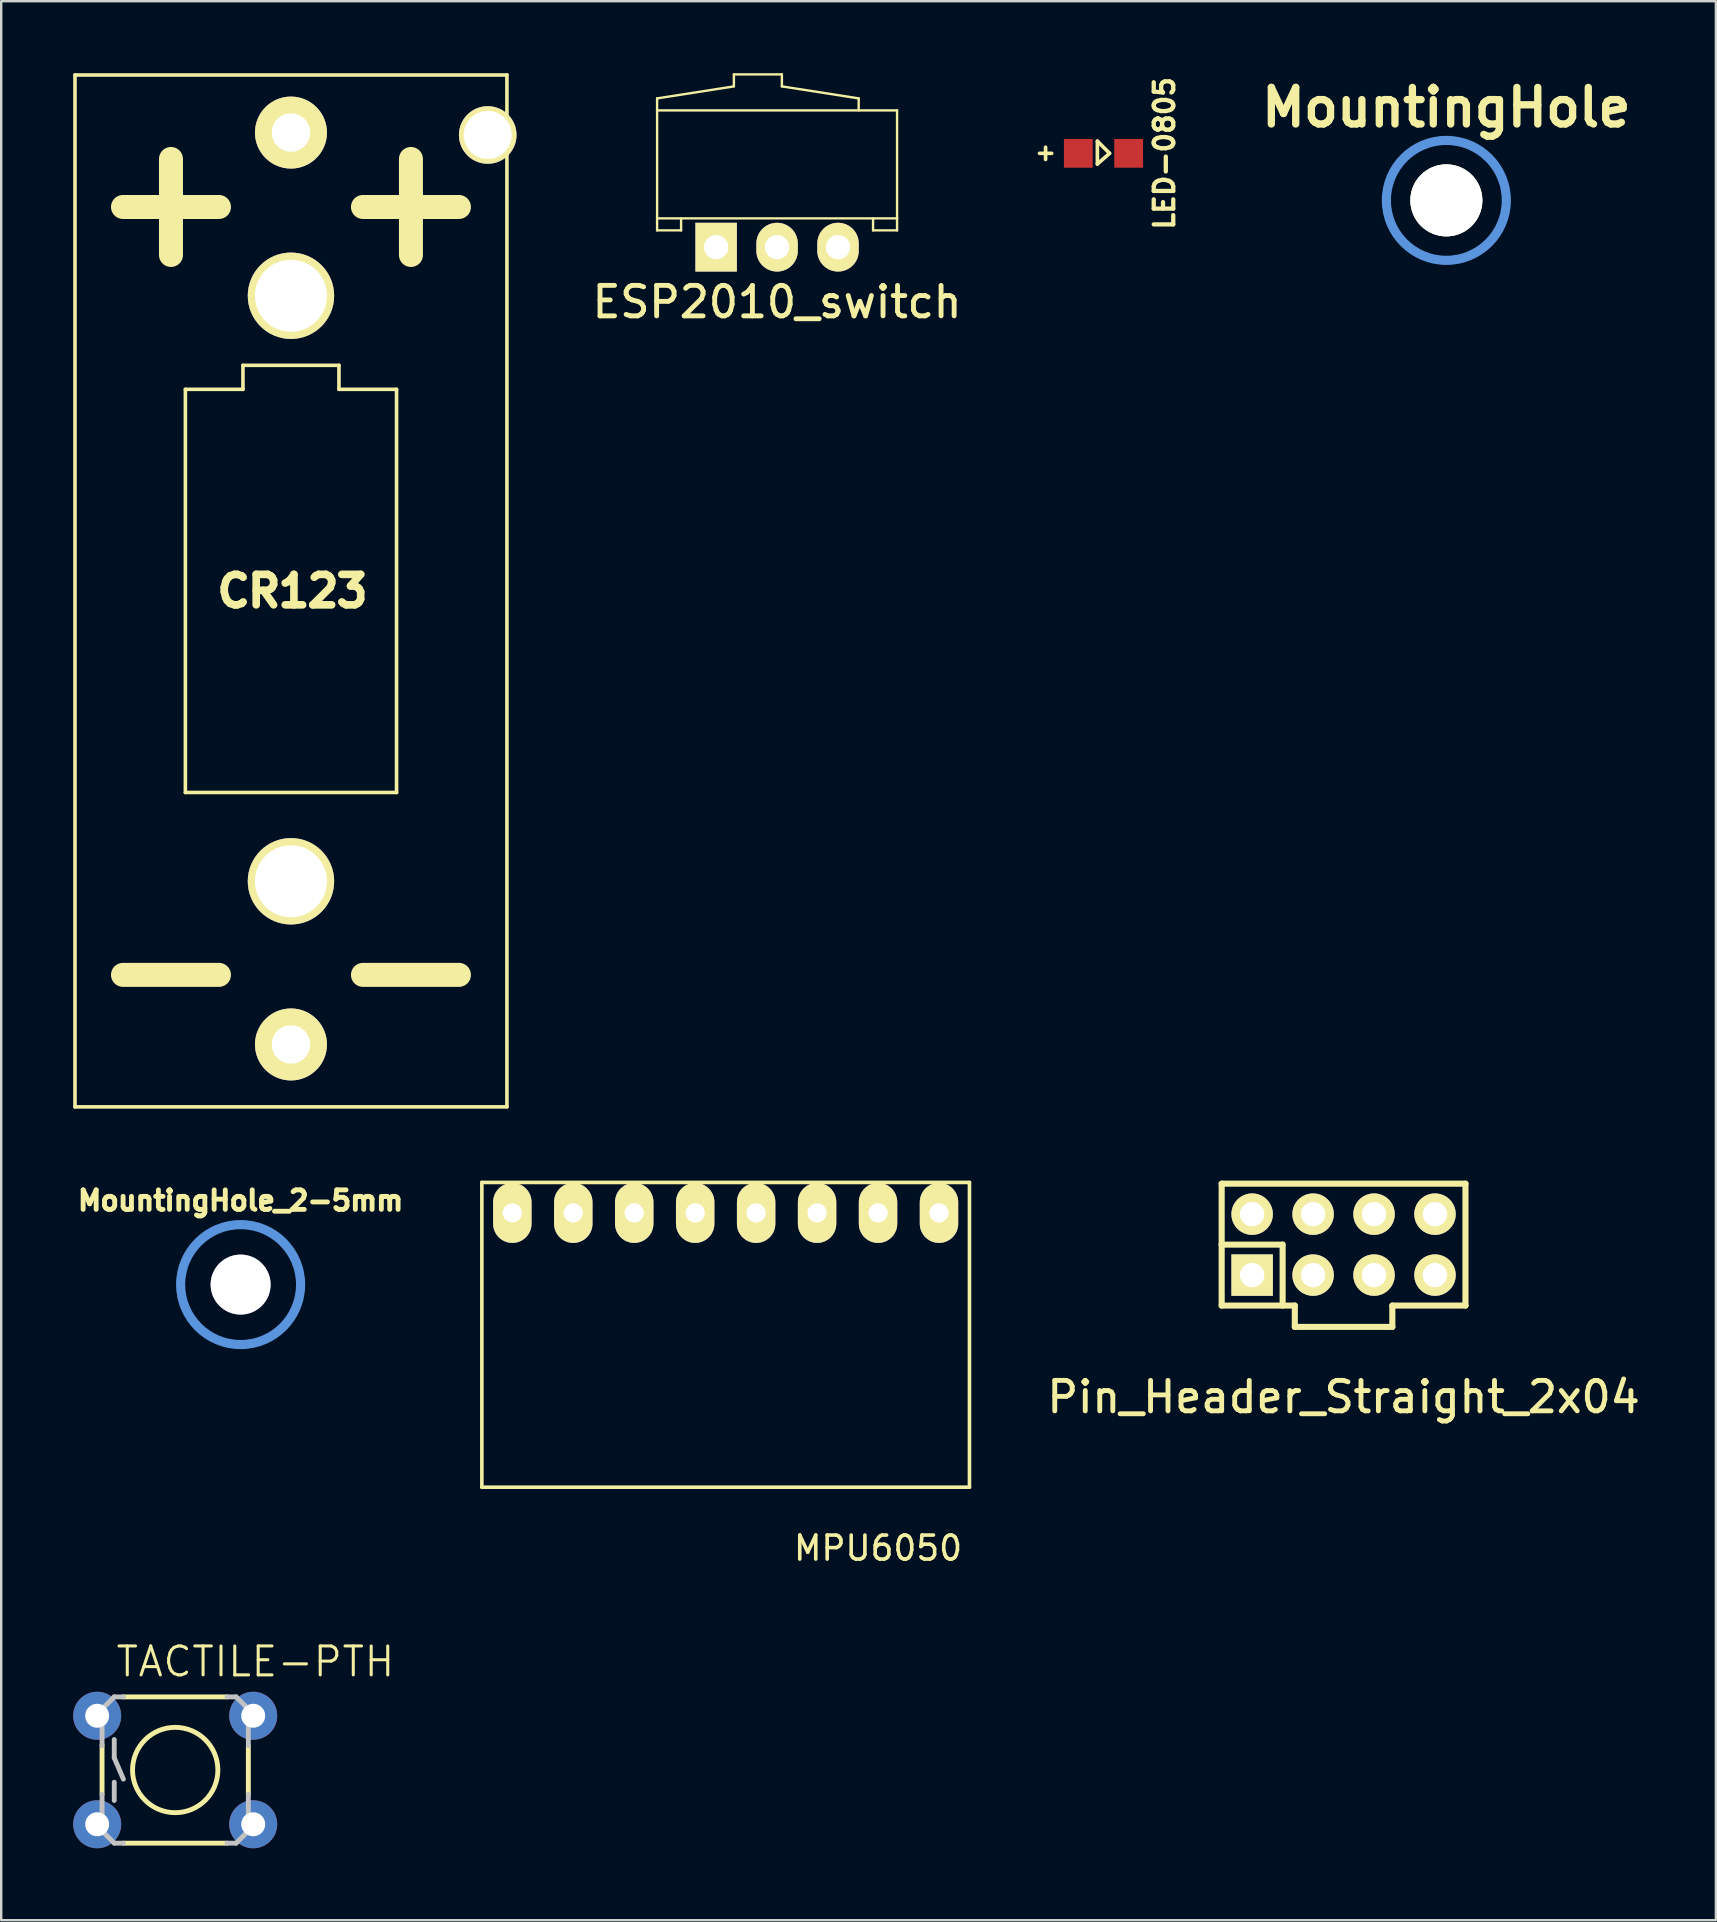
<source format=kicad_pcb>
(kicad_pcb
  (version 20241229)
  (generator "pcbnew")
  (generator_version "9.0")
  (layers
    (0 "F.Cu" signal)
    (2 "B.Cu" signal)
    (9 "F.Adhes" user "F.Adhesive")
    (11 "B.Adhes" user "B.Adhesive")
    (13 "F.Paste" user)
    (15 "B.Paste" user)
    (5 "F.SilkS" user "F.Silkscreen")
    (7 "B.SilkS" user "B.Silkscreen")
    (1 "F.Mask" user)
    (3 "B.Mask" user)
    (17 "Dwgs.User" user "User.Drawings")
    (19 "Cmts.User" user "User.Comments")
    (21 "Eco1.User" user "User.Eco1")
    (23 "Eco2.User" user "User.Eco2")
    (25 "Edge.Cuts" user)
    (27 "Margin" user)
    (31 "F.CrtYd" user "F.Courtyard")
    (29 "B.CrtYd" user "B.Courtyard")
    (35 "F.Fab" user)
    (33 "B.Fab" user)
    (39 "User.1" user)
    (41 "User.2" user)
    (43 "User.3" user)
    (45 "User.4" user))
  (footprint "Pin_Header_Straight_2x04"
    (layer "F.Cu")
    (at 52.94 48.817)
    (property "Reference" "Pin_Header_Straight_2x04" (at 0 6.35 0) (layer "F.SilkS") (effects (font (size 1.27 1.27) (thickness 0.203))))
    (attr through_hole)
    (fp_line (start -5.08 -2.54) (end -5.08 0) (stroke (width 0.254) (type solid)) (layer "F.SilkS"))
    (fp_line (start -5.08 0) (end -2.54 0) (stroke (width 0.254) (type solid)) (layer "F.SilkS"))
    (fp_line (start -5.08 2.54) (end -5.08 0) (stroke (width 0.254) (type solid)) (layer "F.SilkS"))
    (fp_line (start -5.08 2.54) (end -2.032 2.54) (stroke (width 0.254) (type solid)) (layer "F.SilkS"))
    (fp_line (start -2.54 0) (end -2.54 2.54) (stroke (width 0.254) (type solid)) (layer "F.SilkS"))
    (fp_line (start -2.032 2.54) (end -2.032 3.429) (stroke (width 0.254) (type solid)) (layer "F.SilkS"))
    (fp_line (start -2.032 3.429) (end 2.032 3.429) (stroke (width 0.254) (type solid)) (layer "F.SilkS"))
    (fp_line (start 2.032 2.54) (end 5.08 2.54) (stroke (width 0.254) (type solid)) (layer "F.SilkS"))
    (fp_line (start 2.032 3.429) (end 2.032 2.54) (stroke (width 0.254) (type solid)) (layer "F.SilkS"))
    (fp_line (start 5.08 -2.54) (end -5.08 -2.54) (stroke (width 0.254) (type solid)) (layer "F.SilkS"))
    (fp_line (start 5.08 2.54) (end 5.08 -2.54) (stroke (width 0.254) (type solid)) (layer "F.SilkS"))
    (pad "1" thru_hole rect (at -3.81 1.27) (size 1.727 1.727) (drill 1.016) (layers "*.Cu" "*.Mask" "F.SilkS"))
    (pad "2" thru_hole oval (at -3.81 -1.27) (size 1.727 1.727) (drill 1.016) (layers "*.Cu" "*.Mask" "F.SilkS"))
    (pad "3" thru_hole oval (at -1.27 1.27) (size 1.727 1.727) (drill 1.016) (layers "*.Cu" "*.Mask" "F.SilkS"))
    (pad "4" thru_hole oval (at -1.27 -1.27) (size 1.727 1.727) (drill 1.016) (layers "*.Cu" "*.Mask" "F.SilkS"))
    (pad "5" thru_hole oval (at 1.27 1.27) (size 1.727 1.727) (drill 1.016) (layers "*.Cu" "*.Mask" "F.SilkS"))
    (pad "6" thru_hole oval (at 1.27 -1.27) (size 1.727 1.727) (drill 1.016) (layers "*.Cu" "*.Mask" "F.SilkS"))
    (pad "7" thru_hole oval (at 3.81 1.27) (size 1.727 1.727) (drill 1.016) (layers "*.Cu" "*.Mask" "F.SilkS"))
    (pad "8" thru_hole oval (at 3.81 -1.27) (size 1.727 1.727) (drill 1.016) (layers "*.Cu" "*.Mask" "F.SilkS")))
  (footprint "MountingHole"
    (layer "F.Cu")
    (at 57.223 5.3)
    (property "Reference" "MountingHole" (at 0 -3.873 0) (layer "F.SilkS") (effects (font (size 1.524 1.524) (thickness 0.305))))
    (attr through_hole)
    (fp_circle (center 0 0) (end 2.499 0) (stroke (width 0.381) (type solid)) (fill no) (layer "Cmts.User"))
    (pad "1" thru_hole circle (at 0 0) (size 3 3) (drill 3) (layers "*.Cu" "*.Mask" "F.SilkS")))
  (footprint "MountingHole_2-5mm"
    (layer "F.Cu")
    (at 6.977 50.482)
    (property "Reference" "MountingHole_2-5mm" (at 0 -3.5 0) (layer "F.SilkS") (effects (font (size 0.813 0.813) (thickness 0.203))))
    (attr through_hole)
    (fp_circle (center 0 0) (end 2.499 0) (stroke (width 0.381) (type solid)) (fill no) (layer "Cmts.User"))
    (pad "" thru_hole circle (at 0 0) (size 2.499 2.499) (drill 2.499) (layers)))
  (footprint "LED-0805"
    (layer "F.Cu")
    (at 42.935 3.34)
    (property "Reference" "LED-0805" (at 2.54 0 90) (layer "F.SilkS") (effects (font (size 0.813 0.813) (thickness 0.178))))
    (attr smd)
    (fp_line (start -2.413 -0.254) (end -2.413 0.254) (stroke (width 0.152) (type solid)) (layer "F.SilkS"))
    (fp_line (start -2.159 0) (end -2.667 0) (stroke (width 0.152) (type solid)) (layer "F.SilkS"))
    (fp_line (start -0.254 -0.508) (end -0.254 0.445) (stroke (width 0.152) (type solid)) (layer "F.SilkS"))
    (fp_line (start -0.254 0.445) (end 0.254 0) (stroke (width 0.152) (type solid)) (layer "F.SilkS"))
    (fp_line (start 0.254 0) (end -0.254 -0.508) (stroke (width 0.152) (type solid)) (layer "F.SilkS"))
    (pad "1" smd rect (at -1.049 0) (size 1.199 1.199) (layers "F.Cu" "F.Mask" "F.Paste"))
    (pad "2" smd rect (at 1.049 0) (size 1.199 1.199) (layers "F.Cu" "F.Mask" "F.Paste")))
  (footprint "TACTILE-PTH"
    (layer "F.Cu")
    (at 4.251 70.711)
    (property "Reference" "TACTILE-PTH" (at -2.54 -3.81 0) (layer "F.SilkS") (effects (font (size 1.206 1.206) (thickness 0.127)) (justify left bottom)))
    (attr through_hole)
    (fp_line (start -3.048 -1.028) (end -3.048 1.016) (stroke (width 0.203) (type solid)) (layer "F.SilkS"))
    (fp_line (start -2.159 3.048) (end 2.159 3.048) (stroke (width 0.203) (type solid)) (layer "F.SilkS"))
    (fp_line (start 2.159 -3.048) (end -2.159 -3.048) (stroke (width 0.203) (type solid)) (layer "F.SilkS"))
    (fp_line (start 3.048 -0.998) (end 3.048 1.016) (stroke (width 0.203) (type solid)) (layer "F.SilkS"))
    (fp_circle (center 0 0) (end 1.778 0) (stroke (width 0.203) (type solid)) (fill no) (layer "F.SilkS"))
    (fp_line (start -3.048 -2.54) (end -3.048 -1.016) (stroke (width 0.203) (type solid)) (layer "Dwgs.User"))
    (fp_line (start -3.048 2.54) (end -3.048 1.016) (stroke (width 0.203) (type solid)) (layer "Dwgs.User"))
    (fp_line (start -2.54 -3.048) (end -3.048 -2.54) (stroke (width 0.203) (type solid)) (layer "Dwgs.User"))
    (fp_line (start -2.54 -3.048) (end -2.159 -3.048) (stroke (width 0.203) (type solid)) (layer "Dwgs.User"))
    (fp_line (start -2.54 -1.27) (end -2.54 -0.508) (stroke (width 0.203) (type solid)) (layer "Dwgs.User"))
    (fp_line (start -2.54 -0.508) (end -2.159 0.381) (stroke (width 0.203) (type solid)) (layer "Dwgs.User"))
    (fp_line (start -2.54 0.508) (end -2.54 1.27) (stroke (width 0.203) (type solid)) (layer "Dwgs.User"))
    (fp_line (start -2.54 3.048) (end -3.048 2.54) (stroke (width 0.203) (type solid)) (layer "Dwgs.User"))
    (fp_line (start -2.54 3.048) (end -2.159 3.048) (stroke (width 0.203) (type solid)) (layer "Dwgs.User"))
    (fp_line (start 2.54 -3.048) (end 2.159 -3.048) (stroke (width 0.203) (type solid)) (layer "Dwgs.User"))
    (fp_line (start 2.54 3.048) (end 2.159 3.048) (stroke (width 0.203) (type solid)) (layer "Dwgs.User"))
    (fp_line (start 2.54 3.048) (end 3.048 2.54) (stroke (width 0.203) (type solid)) (layer "Dwgs.User"))
    (fp_line (start 3.048 -2.54) (end 2.54 -3.048) (stroke (width 0.203) (type solid)) (layer "Dwgs.User"))
    (fp_line (start 3.048 -1.016) (end 3.048 -2.54) (stroke (width 0.203) (type solid)) (layer "Dwgs.User"))
    (fp_line (start 3.048 2.54) (end 3.048 1.016) (stroke (width 0.203) (type solid)) (layer "Dwgs.User"))
    (pad "1" thru_hole circle (at -3.251 -2.261) (size 2 2) (drill 1) (layers "*.Cu" "*.Mask"))
    (pad "2" thru_hole circle (at -3.251 2.261) (size 2 2) (drill 1) (layers "*.Cu" "*.Mask"))
    (pad "3" thru_hole circle (at 3.251 -2.261) (size 2 2) (drill 1) (layers "*.Cu" "*.Mask"))
    (pad "4" thru_hole circle (at 3.251 2.261) (size 2 2) (drill 1) (layers "*.Cu" "*.Mask")))
  (footprint "CR123"
    (layer "F.Cu")
    (at 9.075 21.575)
    (property "Reference" "CR123" (at 0.063 0.009 180) (layer "F.SilkS") (effects (font (size 1.27 1.27) (thickness 0.318))))
    (attr through_hole)
    (fp_line (start -9 -21.5) (end 9 -21.5) (stroke (width 0.15) (type solid)) (layer "F.SilkS"))
    (fp_line (start -9 21.5) (end -9 -21.5) (stroke (width 0.15) (type solid)) (layer "F.SilkS"))
    (fp_line (start -7 -16) (end -3 -16) (stroke (width 1) (type solid)) (layer "F.SilkS"))
    (fp_line (start -7 16) (end -3 16) (stroke (width 1) (type solid)) (layer "F.SilkS"))
    (fp_line (start -5 -18) (end -5 -14) (stroke (width 1) (type solid)) (layer "F.SilkS"))
    (fp_line (start -4.4 -8.4) (end -2 -8.4) (stroke (width 0.15) (type solid)) (layer "F.SilkS"))
    (fp_line (start -4.4 8.4) (end -4.4 -8.4) (stroke (width 0.15) (type solid)) (layer "F.SilkS"))
    (fp_line (start -2 -9.4) (end -2 -8.4) (stroke (width 0.15) (type solid)) (layer "F.SilkS"))
    (fp_line (start -2 -9.4) (end 2 -9.4) (stroke (width 0.15) (type solid)) (layer "F.SilkS"))
    (fp_line (start 2 -9.4) (end 2 -8.4) (stroke (width 0.15) (type solid)) (layer "F.SilkS"))
    (fp_line (start 2 -8.4) (end 4.4 -8.4) (stroke (width 0.15) (type solid)) (layer "F.SilkS"))
    (fp_line (start 3 -16) (end 7 -16) (stroke (width 1) (type solid)) (layer "F.SilkS"))
    (fp_line (start 3 16) (end 7 16) (stroke (width 1) (type solid)) (layer "F.SilkS"))
    (fp_line (start 4.4 -8.4) (end 4.4 8.4) (stroke (width 0.15) (type solid)) (layer "F.SilkS"))
    (fp_line (start 4.4 8.4) (end -4.4 8.4) (stroke (width 0.15) (type solid)) (layer "F.SilkS"))
    (fp_line (start 5 -18) (end 5 -14) (stroke (width 1) (type solid)) (layer "F.SilkS"))
    (fp_line (start 9 -21.5) (end 9 21.5) (stroke (width 0.15) (type solid)) (layer "F.SilkS"))
    (fp_line (start 9 21.5) (end -9 21.5) (stroke (width 0.15) (type solid)) (layer "F.SilkS"))
    (pad "" thru_hole circle (at 0 -12.3) (size 3.6 3.6) (drill 3) (layers "*.Cu" "*.Mask" "F.SilkS"))
    (pad "" thru_hole circle (at 0 12.1) (size 3.6 3.6) (drill 3) (layers "*.Cu" "*.Mask" "F.SilkS"))
    (pad "" thru_hole circle (at 8.2 -19) (size 2.4 2.4) (drill 2) (layers "*.Cu" "*.Mask" "F.SilkS"))
    (pad "1" thru_hole circle (at 0 -19.1) (size 3 3) (drill 1.6) (layers "*.Cu" "*.Mask" "F.SilkS"))
    (pad "2" thru_hole circle (at 0 18.9) (size 3 3) (drill 1.6) (layers "*.Cu" "*.Mask" "F.SilkS")))
  (footprint "MPU6050"
    (layer "F.Cu")
    (at 27.19 52.575)
    (property "Reference" "MPU6050" (at 6.35 8.89 0) (layer "F.SilkS") (effects (font (size 1 1) (thickness 0.15))))
    (attr through_hole)
    (fp_line (start -10.16 -6.35) (end 10.16 -6.35) (stroke (width 0.15) (type solid)) (layer "F.SilkS"))
    (fp_line (start -10.16 6.35) (end -10.16 -6.35) (stroke (width 0.15) (type solid)) (layer "F.SilkS"))
    (fp_line (start 10.16 -6.35) (end 10.16 6.35) (stroke (width 0.15) (type solid)) (layer "F.SilkS"))
    (fp_line (start 10.16 6.35) (end -10.16 6.35) (stroke (width 0.15) (type solid)) (layer "F.SilkS"))
    (pad "1" thru_hole oval (at -8.89 -5.08 90) (size 2.5 1.6) (drill 0.8) (layers "*.Cu" "*.Mask" "F.SilkS"))
    (pad "2" thru_hole oval (at -6.35 -5.08 90) (size 2.5 1.6) (drill 0.8) (layers "*.Cu" "*.Mask" "F.SilkS"))
    (pad "3" thru_hole oval (at -3.81 -5.08 90) (size 2.5 1.6) (drill 0.8) (layers "*.Cu" "*.Mask" "F.SilkS"))
    (pad "4" thru_hole oval (at -1.27 -5.08 90) (size 2.5 1.6) (drill 0.8) (layers "*.Cu" "*.Mask" "F.SilkS"))
    (pad "5" thru_hole oval (at 1.27 -5.08 90) (size 2.5 1.6) (drill 0.8) (layers "*.Cu" "*.Mask" "F.SilkS"))
    (pad "6" thru_hole oval (at 3.81 -5.08 90) (size 2.5 1.6) (drill 0.8) (layers "*.Cu" "*.Mask" "F.SilkS"))
    (pad "7" thru_hole oval (at 6.35 -5.08 90) (size 2.5 1.6) (drill 0.8) (layers "*.Cu" "*.Mask" "F.SilkS"))
    (pad "8" thru_hole oval (at 8.89 -5.08 90) (size 2.5 1.6) (drill 0.8) (layers "*.Cu" "*.Mask" "F.SilkS")))
  (footprint "ESP2010_switch"
    (layer "F.Cu")
    (at 29.333 7.25)
    (property "Reference" "ESP2010_switch" (at 0 2.286 0) (layer "F.SilkS") (effects (font (size 1.27 1.27) (thickness 0.203))))
    (attr through_hole)
    (fp_line (start -5 -6.2) (end -1.8 -6.7) (stroke (width 0.1) (type solid)) (layer "F.SilkS"))
    (fp_line (start -5 -5.7) (end -5 -6.2) (stroke (width 0.1) (type solid)) (layer "F.SilkS"))
    (fp_line (start -5 -5.7) (end -5 -1.2) (stroke (width 0.1) (type solid)) (layer "F.SilkS"))
    (fp_line (start -5 -5.7) (end 5 -5.7) (stroke (width 0.1) (type solid)) (layer "F.SilkS"))
    (fp_line (start -5 -1.2) (end -5 -0.7) (stroke (width 0.1) (type solid)) (layer "F.SilkS"))
    (fp_line (start -5 -1.2) (end 5 -1.2) (stroke (width 0.1) (type solid)) (layer "F.SilkS"))
    (fp_line (start -5 -0.7) (end -4 -0.7) (stroke (width 0.1) (type solid)) (layer "F.SilkS"))
    (fp_line (start -4 -1.2) (end -4 -0.7) (stroke (width 0.1) (type solid)) (layer "F.SilkS"))
    (fp_line (start -1.8 -7.2) (end 0.2 -7.2) (stroke (width 0.1) (type solid)) (layer "F.SilkS"))
    (fp_line (start -1.8 -6.7) (end -1.8 -7.2) (stroke (width 0.1) (type solid)) (layer "F.SilkS"))
    (fp_line (start 0.2 -7.2) (end 0.2 -6.7) (stroke (width 0.1) (type solid)) (layer "F.SilkS"))
    (fp_line (start 3.4 -6.2) (end 0.2 -6.7) (stroke (width 0.1) (type solid)) (layer "F.SilkS"))
    (fp_line (start 3.4 -5.7) (end 3.4 -6.2) (stroke (width 0.1) (type solid)) (layer "F.SilkS"))
    (fp_line (start 4 -0.7) (end 4 -1.2) (stroke (width 0.1) (type solid)) (layer "F.SilkS"))
    (fp_line (start 5 -1.2) (end 5 -5.7) (stroke (width 0.1) (type solid)) (layer "F.SilkS"))
    (fp_line (start 5 -1.2) (end 5 -0.7) (stroke (width 0.1) (type solid)) (layer "F.SilkS"))
    (fp_line (start 5 -0.7) (end 4 -0.7) (stroke (width 0.1) (type solid)) (layer "F.SilkS"))
    (pad "1" thru_hole rect (at -2.54 0) (size 1.727 2.032) (drill 1.016) (layers "*.Cu" "*.Mask" "F.SilkS"))
    (pad "2" thru_hole oval (at 0 0) (size 1.727 2.032) (drill 1.016) (layers "*.Cu" "*.Mask" "F.SilkS"))
    (pad "3" thru_hole oval (at 2.54 0) (size 1.727 2.032) (drill 1.016) (layers "*.Cu" "*.Mask" "F.SilkS")))
  (gr_rect
    (start -3 -3)
    (end 68.455 76.971)
    (stroke (width 0.1) (type default))
    (fill no)
    (layer "Edge.Cuts")))
</source>
